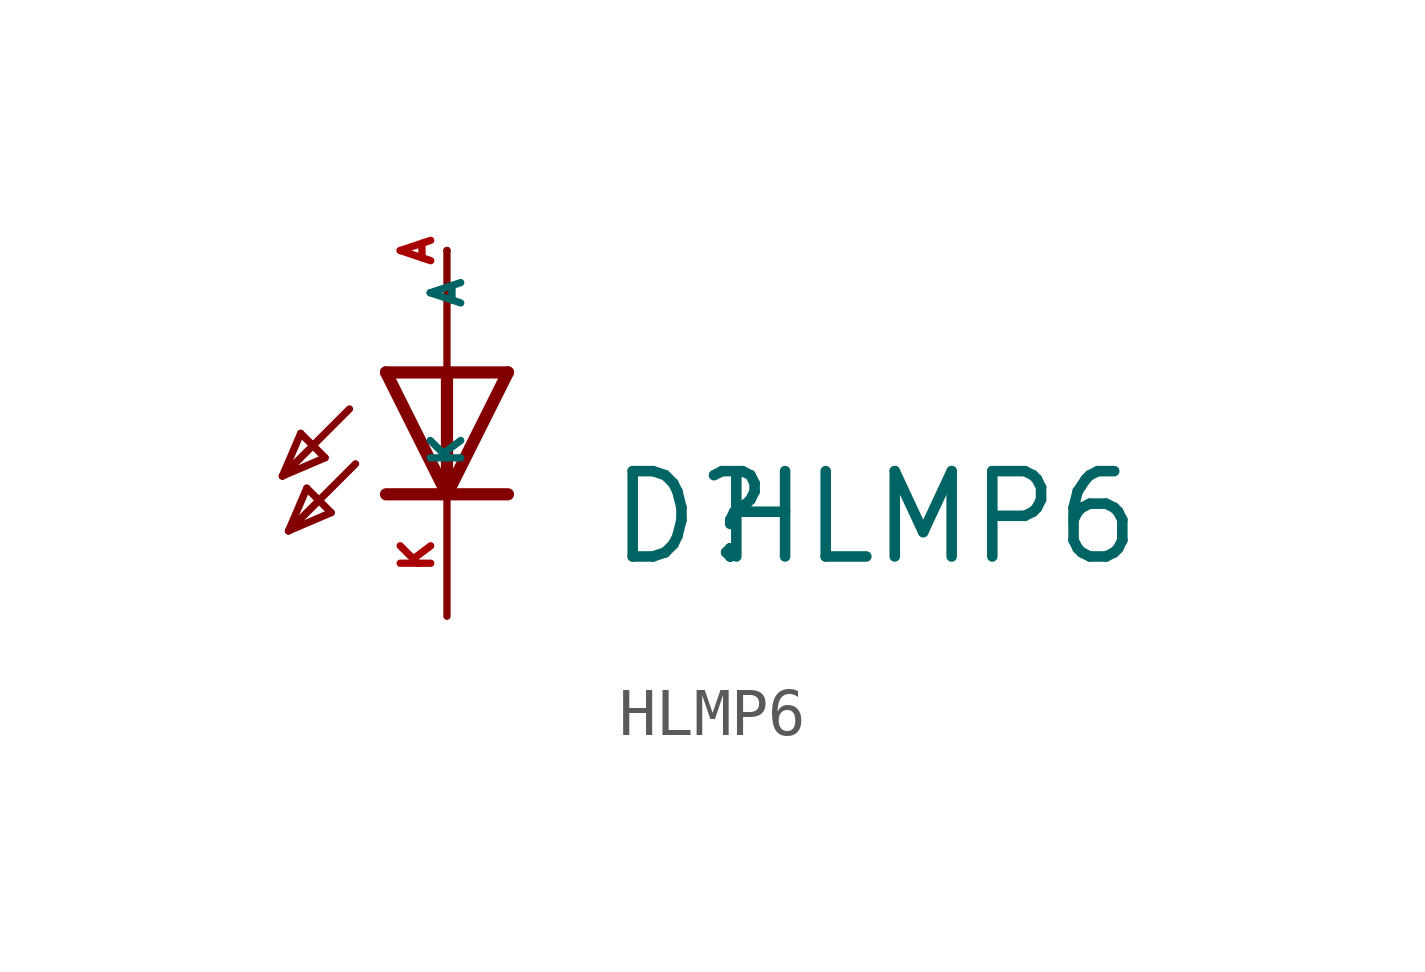
<source format=kicad_sym>
(kicad_symbol_lib
  (version 20220914)
  (generator Eagle2Kicad)
  (symbol "HLMP6"
    (property "Reference" "D"
      (at 3.302 -1.524 0)
      (effects (font (size 1.778 1.778) (thickness 0.22)) (justify left bottom)))
    (property "Value" "HLMP6"
      (at 5.461 -1.524 0)
      (effects (font (size 1.778 1.778) (thickness 0.22)) (justify left bottom)))
    (polyline
      (pts (xy 1.27 2.54) (xy 0 0))
      (stroke (width 0.254) (type default))
      (fill (type none)))
    (polyline
      (pts (xy 0 0) (xy -1.27 2.54))
      (stroke (width 0.254) (type default))
      (fill (type none)))
    (polyline
      (pts (xy 1.27 0) (xy 0 0))
      (stroke (width 0.254) (type default))
      (fill (type none)))
    (polyline
      (pts (xy 0 0) (xy -1.27 0))
      (stroke (width 0.254) (type default))
      (fill (type none)))
    (polyline
      (pts (xy 1.27 2.54) (xy 0 2.54))
      (stroke (width 0.254) (type default))
      (fill (type none)))
    (polyline
      (pts (xy 0 5.08) (xy 0 2.54))
      (stroke (width 0.152) (type default))
      (fill (type none)))
    (polyline
      (pts (xy 0 2.54) (xy -1.27 2.54))
      (stroke (width 0.254) (type default))
      (fill (type none)))
    (polyline
      (pts (xy 0 2.54) (xy 0 0))
      (stroke (width 0.254) (type default))
      (fill (type none)))
    (polyline
      (pts (xy -2.032 1.778) (xy -3.429 0.381))
      (stroke (width 0.152) (type default))
      (fill (type none)))
    (polyline
      (pts (xy -3.429 0.381) (xy -2.54 0.762))
      (stroke (width 0.152) (type default))
      (fill (type none)))
    (polyline
      (pts (xy -2.54 0.762) (xy -3.048 1.27))
      (stroke (width 0.152) (type default))
      (fill (type none)))
    (polyline
      (pts (xy -3.048 1.27) (xy -3.429 0.381))
      (stroke (width 0.152) (type default))
      (fill (type none)))
    (polyline
      (pts (xy -3.302 -0.762) (xy -2.413 -0.381))
      (stroke (width 0.152) (type default))
      (fill (type none)))
    (polyline
      (pts (xy -2.413 -0.381) (xy -2.921 0.127))
      (stroke (width 0.152) (type default))
      (fill (type none)))
    (polyline
      (pts (xy -2.921 0.127) (xy -3.302 -0.762))
      (stroke (width 0.152) (type default))
      (fill (type none)))
    (polyline
      (pts (xy -1.905 0.635) (xy -3.302 -0.762))
      (stroke (width 0.152) (type default))
      (fill (type none)))
    (pin passive line
      (at 0 -2.54 90)
      (length 2.54)
      (name "K" (effects (font (size 0.635 0.635) (thickness 0.08)) (justify left bottom)))
      (number "K" (effects (font (size 0.635 0.635) (thickness 0.08)) (justify left bottom))))
    (pin passive line
      (at 0 5.08 270)
      (length 0)
      (name "A" (effects (font (size 0.635 0.635) (thickness 0.08)) (justify left bottom)))
      (number "A" (effects (font (size 0.635 0.635) (thickness 0.08)) (justify left bottom))))))
</source>
